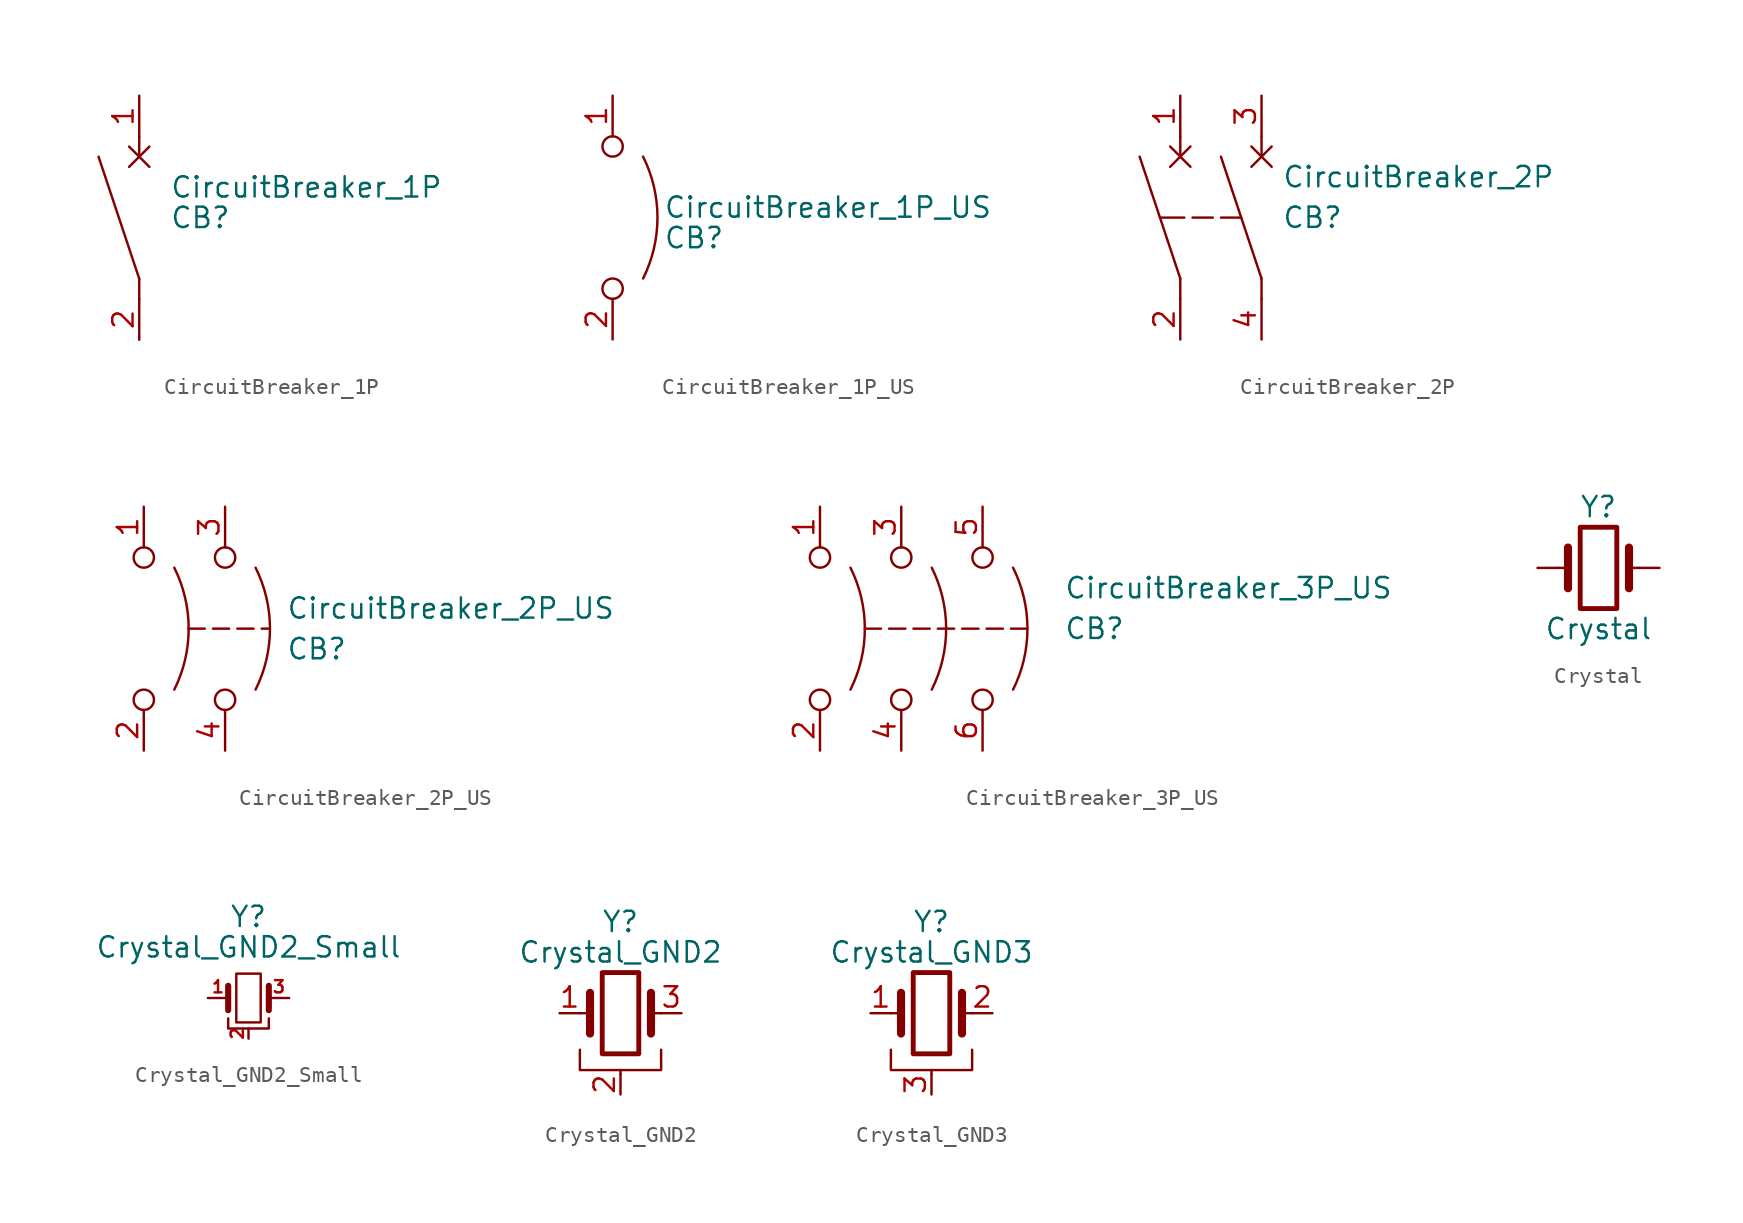
<source format=kicad_sym>
(kicad_symbol_lib
  (version 20211014)
  (generator kicad_symbol_editor)
  (symbol "CircuitBreaker_1P"
    (property "Reference" "CB"
      (at 1.905 0 0)
      (effects (font (size 1.27 1.27)) (justify left)))
    (property "Value" "CircuitBreaker_1P"
      (at 1.905 1.905 0)
      (effects (font (size 1.27 1.27)) (justify left)))
    (symbol "CircuitBreaker_1P_0_1"
      (polyline (pts (xy 0 -5.08) (xy 0 -3.81)) (stroke (width 0) (type default) (color 0 0 0 0)) (fill (type none)))
      (polyline (pts (xy 0 -3.81) (xy -2.54 3.81)) (stroke (width 0) (type default) (color 0 0 0 0)) (fill (type none))))
    (symbol "CircuitBreaker_1P_1_1"
      (polyline (pts (xy -0.635 4.445) (xy 0.635 3.175)) (stroke (width 0) (type default) (color 0 0 0 0)) (fill (type none)))
      (polyline (pts (xy 0 5.08) (xy 0 3.81)) (stroke (width 0) (type default) (color 0 0 0 0)) (fill (type none)))
      (polyline (pts (xy 0.635 4.445) (xy -0.635 3.175)) (stroke (width 0) (type default) (color 0 0 0 0)) (fill (type none)))
      (pin passive line (at 0 7.62 270) (length 2.54) (name "~" (effects (font (size 1.27 1.27)))) (number "1" (effects (font (size 1.27 1.27)))))
      (pin passive line (at 0 -7.62 90) (length 2.54) (name "~" (effects (font (size 1.27 1.27)))) (number "2" (effects (font (size 1.27 1.27)))))))
  (symbol "CircuitBreaker_1P_US"
    (property "Reference" "CB"
      (at 3.175 -1.27 0)
      (effects (font (size 1.27 1.27)) (justify left)))
    (property "Value" "CircuitBreaker_1P_US"
      (at 3.175 0.635 0)
      (effects (font (size 1.27 1.27)) (justify left)))
    (symbol "CircuitBreaker_1P_US_0_1"
      (circle (center 0 -4.445) (radius 0.635) (stroke (width 0) (type default) (color 0 0 0 0)) (fill (type none)))
      (circle (center 0 4.445) (radius 0.635) (stroke (width 0) (type default) (color 0 0 0 0)) (fill (type none)))
      (arc (start 1.905 -3.81) (mid 2.8044 0) (end 1.905 3.81) (stroke (width 0) (type default) (color 0 0 0 0)) (fill (type none))))
    (symbol "CircuitBreaker_1P_US_1_1"
      (pin passive line (at 0 7.62 270) (length 2.54) (name "~" (effects (font (size 1.27 1.27)))) (number "1" (effects (font (size 1.27 1.27)))))
      (pin passive line (at 0 -7.62 90) (length 2.54) (name "~" (effects (font (size 1.27 1.27)))) (number "2" (effects (font (size 1.27 1.27)))))))
  (symbol "CircuitBreaker_2P"
    (property "Reference" "CB"
      (at 3.81 0 0)
      (effects (font (size 1.27 1.27)) (justify left)))
    (property "Value" "CircuitBreaker_2P"
      (at 3.81 2.54 0)
      (effects (font (size 1.27 1.27)) (justify left)))
    (symbol "CircuitBreaker_2P_0_1"
      (polyline (pts (xy -3.81 0) (xy -2.286 0)) (stroke (width 0) (type default) (color 0 0 0 0)) (fill (type none)))
      (polyline (pts (xy -2.54 -3.81) (xy -5.08 3.81)) (stroke (width 0) (type default) (color 0 0 0 0)) (fill (type none)))
      (polyline (pts (xy -1.778 0) (xy -0.508 0)) (stroke (width 0) (type default) (color 0 0 0 0)) (fill (type none)))
      (polyline (pts (xy 0 0) (xy 1.27 0)) (stroke (width 0) (type default) (color 0 0 0 0)) (fill (type none)))
      (polyline (pts (xy 2.54 -5.08) (xy 2.54 -3.81)) (stroke (width 0) (type default) (color 0 0 0 0)) (fill (type none)))
      (polyline (pts (xy 2.54 -3.81) (xy 0 3.81)) (stroke (width 0) (type default) (color 0 0 0 0)) (fill (type none))))
    (symbol "CircuitBreaker_2P_1_1"
      (polyline (pts (xy -3.175 4.445) (xy -1.905 3.175)) (stroke (width 0) (type default) (color 0 0 0 0)) (fill (type none)))
      (polyline (pts (xy -2.54 -3.81) (xy -2.54 -5.08)) (stroke (width 0) (type default) (color 0 0 0 0)) (fill (type none)))
      (polyline (pts (xy -2.54 5.08) (xy -2.54 3.81)) (stroke (width 0) (type default) (color 0 0 0 0)) (fill (type none)))
      (polyline (pts (xy -1.905 4.445) (xy -3.175 3.175)) (stroke (width 0) (type default) (color 0 0 0 0)) (fill (type none)))
      (polyline (pts (xy 1.905 4.445) (xy 3.175 3.175)) (stroke (width 0) (type default) (color 0 0 0 0)) (fill (type none)))
      (polyline (pts (xy 2.54 5.08) (xy 2.54 3.81)) (stroke (width 0) (type default) (color 0 0 0 0)) (fill (type none)))
      (polyline (pts (xy 3.175 4.445) (xy 1.905 3.175)) (stroke (width 0) (type default) (color 0 0 0 0)) (fill (type none)))
      (pin passive line (at -2.54 7.62 270) (length 2.54) (name "~" (effects (font (size 1.27 1.27)))) (number "1" (effects (font (size 1.27 1.27)))))
      (pin passive line (at -2.54 -7.62 90) (length 2.54) (name "~" (effects (font (size 1.27 1.27)))) (number "2" (effects (font (size 1.27 1.27)))))
      (pin passive line (at 2.54 7.62 270) (length 2.54) (name "~" (effects (font (size 1.27 1.27)))) (number "3" (effects (font (size 1.27 1.27)))))
      (pin passive line (at 2.54 -7.62 90) (length 2.54) (name "~" (effects (font (size 1.27 1.27)))) (number "4" (effects (font (size 1.27 1.27)))))))
  (symbol "CircuitBreaker_2P_US"
    (property "Reference" "CB"
      (at 6.35 -1.27 0)
      (effects (font (size 1.27 1.27)) (justify left)))
    (property "Value" "CircuitBreaker_2P_US"
      (at 6.35 1.27 0)
      (effects (font (size 1.27 1.27)) (justify left)))
    (symbol "CircuitBreaker_2P_US_0_1"
      (circle (center -2.54 -4.445) (radius 0.635) (stroke (width 0) (type default) (color 0 0 0 0)) (fill (type none)))
      (circle (center -2.54 4.445) (radius 0.635) (stroke (width 0) (type default) (color 0 0 0 0)) (fill (type none)))
      (arc (start -0.635 -3.81) (mid 0.2644 0) (end -0.635 3.81) (stroke (width 0) (type default) (color 0 0 0 0)) (fill (type none)))
      (polyline (pts (xy 0.254 0) (xy 0.254 0)) (stroke (width 0) (type default) (color 0 0 0 0)) (fill (type none)))
      (polyline (pts (xy 0.254 0) (xy 1.27 0)) (stroke (width 0) (type default) (color 0 0 0 0)) (fill (type none)))
      (polyline (pts (xy 1.778 0) (xy 2.794 0)) (stroke (width 0) (type default) (color 0 0 0 0)) (fill (type none)))
      (polyline (pts (xy 3.302 0) (xy 4.318 0)) (stroke (width 0) (type default) (color 0 0 0 0)) (fill (type none)))
      (polyline (pts (xy 4.826 0) (xy 5.334 0)) (stroke (width 0) (type default) (color 0 0 0 0)) (fill (type none))))
    (symbol "CircuitBreaker_2P_US_1_1"
      (circle (center 2.54 -4.445) (radius 0.635) (stroke (width 0) (type default) (color 0 0 0 0)) (fill (type none)))
      (circle (center 2.54 4.445) (radius 0.635) (stroke (width 0) (type default) (color 0 0 0 0)) (fill (type none)))
      (arc (start 4.445 -3.81) (mid 5.3444 0) (end 4.445 3.81) (stroke (width 0) (type default) (color 0 0 0 0)) (fill (type none)))
      (pin passive line (at -2.54 7.62 270) (length 2.54) (name "~" (effects (font (size 1.27 1.27)))) (number "1" (effects (font (size 1.27 1.27)))))
      (pin passive line (at -2.54 -7.62 90) (length 2.54) (name "~" (effects (font (size 1.27 1.27)))) (number "2" (effects (font (size 1.27 1.27)))))
      (pin passive line (at 2.54 7.62 270) (length 2.54) (name "~" (effects (font (size 1.27 1.27)))) (number "3" (effects (font (size 1.27 1.27)))))
      (pin passive line (at 2.54 -7.62 90) (length 2.54) (name "~" (effects (font (size 1.27 1.27)))) (number "4" (effects (font (size 1.27 1.27)))))))
  (symbol "CircuitBreaker_3P_US"
    (property "Reference" "CB"
      (at 10.16 0 0)
      (effects (font (size 1.27 1.27)) (justify left)))
    (property "Value" "CircuitBreaker_3P_US"
      (at 10.16 2.54 0)
      (effects (font (size 1.27 1.27)) (justify left)))
    (symbol "CircuitBreaker_3P_US_0_1"
      (circle (center 0 -4.445) (radius 0.635) (stroke (width 0) (type default) (color 0 0 0 0)) (fill (type none)))
      (polyline (pts (xy -2.286 0) (xy -1.27 0)) (stroke (width 0) (type default) (color 0 0 0 0)) (fill (type none)))
      (polyline (pts (xy -0.762 0) (xy 0.254 0)) (stroke (width 0) (type default) (color 0 0 0 0)) (fill (type none)))
      (polyline (pts (xy 0.762 0) (xy 1.778 0)) (stroke (width 0) (type default) (color 0 0 0 0)) (fill (type none)))
      (polyline (pts (xy 2.286 0) (xy 3.302 0)) (stroke (width 0) (type default) (color 0 0 0 0)) (fill (type none)))
      (polyline (pts (xy 3.81 0) (xy 4.826 0)) (stroke (width 0) (type default) (color 0 0 0 0)) (fill (type none)))
      (polyline (pts (xy 5.334 0) (xy 6.35 0)) (stroke (width 0) (type default) (color 0 0 0 0)) (fill (type none)))
      (polyline (pts (xy 6.858 0) (xy 7.874 0)) (stroke (width 0) (type default) (color 0 0 0 0)) (fill (type none)))
      (circle (center 0 4.445) (radius 0.635) (stroke (width 0) (type default) (color 0 0 0 0)) (fill (type none)))
      (arc (start 1.905 -3.81) (mid 2.8044 0) (end 1.905 3.81) (stroke (width 0) (type default) (color 0 0 0 0)) (fill (type none))))
    (symbol "CircuitBreaker_3P_US_1_1"
      (circle (center -5.08 -4.445) (radius 0.635) (stroke (width 0) (type default) (color 0 0 0 0)) (fill (type none)))
      (circle (center -5.08 4.445) (radius 0.635) (stroke (width 0) (type default) (color 0 0 0 0)) (fill (type none)))
      (arc (start -3.175 -3.81) (mid -2.2756 0) (end -3.175 3.81) (stroke (width 0) (type default) (color 0 0 0 0)) (fill (type none)))
      (circle (center 5.08 -4.445) (radius 0.635) (stroke (width 0) (type default) (color 0 0 0 0)) (fill (type none)))
      (circle (center 5.08 4.445) (radius 0.635) (stroke (width 0) (type default) (color 0 0 0 0)) (fill (type none)))
      (arc (start 6.985 -3.81) (mid 7.8844 0) (end 6.985 3.81) (stroke (width 0) (type default) (color 0 0 0 0)) (fill (type none)))
      (pin passive line (at -5.08 7.62 270) (length 2.54) (name "~" (effects (font (size 1.27 1.27)))) (number "1" (effects (font (size 1.27 1.27)))))
      (pin passive line (at -5.08 -7.62 90) (length 2.54) (name "~" (effects (font (size 1.27 1.27)))) (number "2" (effects (font (size 1.27 1.27)))))
      (pin passive line (at 0 7.62 270) (length 2.54) (name "~" (effects (font (size 1.27 1.27)))) (number "3" (effects (font (size 1.27 1.27)))))
      (pin passive line (at 0 -7.62 90) (length 2.54) (name "~" (effects (font (size 1.27 1.27)))) (number "4" (effects (font (size 1.27 1.27)))))
      (pin passive line (at 5.08 7.62 270) (length 2.54) (name "~" (effects (font (size 1.27 1.27)))) (number "5" (effects (font (size 1.27 1.27)))))
      (pin passive line (at 5.08 -7.62 90) (length 2.54) (name "~" (effects (font (size 1.27 1.27)))) (number "6" (effects (font (size 1.27 1.27)))))))
  (symbol "Crystal"
    (pin_numbers hide)
    (pin_names
      (offset 1.016) hide)
    (property "Reference" "Y"
      (at 0 3.81 0)
      (effects (font (size 1.27 1.27))))
    (property "Value" "Crystal"
      (at 0 -3.81 0)
      (effects (font (size 1.27 1.27))))
    (symbol "Crystal_0_1"
      (rectangle (start -1.143 2.54) (end 1.143 -2.54) (stroke (width 0.305) (type default) (color 0 0 0 0)) (fill (type none)))
      (polyline (pts (xy -2.54 0) (xy -1.905 0)) (stroke (width 0) (type default) (color 0 0 0 0)) (fill (type none)))
      (polyline (pts (xy -1.905 -1.27) (xy -1.905 1.27)) (stroke (width 0.508) (type default) (color 0 0 0 0)) (fill (type none)))
      (polyline (pts (xy 1.905 -1.27) (xy 1.905 1.27)) (stroke (width 0.508) (type default) (color 0 0 0 0)) (fill (type none)))
      (polyline (pts (xy 2.54 0) (xy 1.905 0)) (stroke (width 0) (type default) (color 0 0 0 0)) (fill (type none))))
    (symbol "Crystal_1_1"
      (pin passive line (at -3.81 0 0) (length 1.27) (name "1" (effects (font (size 1.27 1.27)))) (number "1" (effects (font (size 1.27 1.27)))))
      (pin passive line (at 3.81 0 180) (length 1.27) (name "2" (effects (font (size 1.27 1.27)))) (number "2" (effects (font (size 1.27 1.27)))))))
  (symbol "Crystal_GND2_Small"
    (pin_names
      (offset 1.016) hide)
    (property "Reference" "Y"
      (at 0 5.08 0)
      (effects (font (size 1.27 1.27))))
    (property "Value" "Crystal_GND2_Small"
      (at 0 3.175 0)
      (effects (font (size 1.27 1.27))))
    (symbol "Crystal_GND2_Small_0_1"
      (rectangle (start -0.762 -1.524) (end 0.762 1.524) (stroke (width 0) (type default) (color 0 0 0 0)) (fill (type none)))
      (polyline (pts (xy -1.27 -0.762) (xy -1.27 0.762)) (stroke (width 0.381) (type default) (color 0 0 0 0)) (fill (type none)))
      (polyline (pts (xy 1.27 -0.762) (xy 1.27 0.762)) (stroke (width 0.381) (type default) (color 0 0 0 0)) (fill (type none)))
      (polyline (pts (xy -1.27 -1.27) (xy -1.27 -1.905) (xy 1.27 -1.905) (xy 1.27 -1.27)) (stroke (width 0) (type default) (color 0 0 0 0)) (fill (type none))))
    (symbol "Crystal_GND2_Small_1_1"
      (pin passive line (at -2.54 0 0) (length 1.27) (name "1" (effects (font (size 1.27 1.27)))) (number "1" (effects (font (size 0.762 0.762)))))
      (pin passive line (at 0 -2.54 90) (length 0.635) (name "2" (effects (font (size 1.27 1.27)))) (number "2" (effects (font (size 0.762 0.762)))))
      (pin passive line (at 2.54 0 180) (length 1.27) (name "3" (effects (font (size 1.27 1.27)))) (number "3" (effects (font (size 0.762 0.762)))))))
  (symbol "Crystal_GND2"
    (pin_names
      (offset 1.016) hide)
    (property "Reference" "Y"
      (at 0 5.715 0)
      (effects (font (size 1.27 1.27))))
    (property "Value" "Crystal_GND2"
      (at 0 3.81 0)
      (effects (font (size 1.27 1.27))))
    (symbol "Crystal_GND2_0_1"
      (rectangle (start -1.143 2.54) (end 1.143 -2.54) (stroke (width 0.305) (type default) (color 0 0 0 0)) (fill (type none)))
      (polyline (pts (xy -2.54 0) (xy -1.905 0)) (stroke (width 0) (type default) (color 0 0 0 0)) (fill (type none)))
      (polyline (pts (xy -1.905 -1.27) (xy -1.905 1.27)) (stroke (width 0.508) (type default) (color 0 0 0 0)) (fill (type none)))
      (polyline (pts (xy 0 -3.81) (xy 0 -3.556)) (stroke (width 0) (type default) (color 0 0 0 0)) (fill (type none)))
      (polyline (pts (xy 1.905 0) (xy 2.54 0)) (stroke (width 0) (type default) (color 0 0 0 0)) (fill (type none)))
      (polyline (pts (xy 1.905 1.27) (xy 1.905 -1.27)) (stroke (width 0.508) (type default) (color 0 0 0 0)) (fill (type none)))
      (polyline (pts (xy -2.54 -2.286) (xy -2.54 -3.556) (xy 2.54 -3.556) (xy 2.54 -2.286)) (stroke (width 0) (type default) (color 0 0 0 0)) (fill (type none))))
    (symbol "Crystal_GND2_1_1"
      (pin passive line (at -3.81 0 0) (length 1.27) (name "1" (effects (font (size 1.27 1.27)))) (number "1" (effects (font (size 1.27 1.27)))))
      (pin passive line (at 0 -5.08 90) (length 1.27) (name "2" (effects (font (size 1.27 1.27)))) (number "2" (effects (font (size 1.27 1.27)))))
      (pin passive line (at 3.81 0 180) (length 1.27) (name "3" (effects (font (size 1.27 1.27)))) (number "3" (effects (font (size 1.27 1.27)))))))
  (symbol "Crystal_GND3"
    (pin_names
      (offset 1.016) hide)
    (property "Reference" "Y"
      (at 0 5.715 0)
      (effects (font (size 1.27 1.27))))
    (property "Value" "Crystal_GND3"
      (at 0 3.81 0)
      (effects (font (size 1.27 1.27))))
    (symbol "Crystal_GND3_0_1"
      (rectangle (start -1.143 2.54) (end 1.143 -2.54) (stroke (width 0.305) (type default) (color 0 0 0 0)) (fill (type none)))
      (polyline (pts (xy -2.54 0) (xy -1.905 0)) (stroke (width 0) (type default) (color 0 0 0 0)) (fill (type none)))
      (polyline (pts (xy -1.905 -1.27) (xy -1.905 1.27)) (stroke (width 0.508) (type default) (color 0 0 0 0)) (fill (type none)))
      (polyline (pts (xy 0 -3.81) (xy 0 -3.556)) (stroke (width 0) (type default) (color 0 0 0 0)) (fill (type none)))
      (polyline (pts (xy 1.905 0) (xy 2.54 0)) (stroke (width 0) (type default) (color 0 0 0 0)) (fill (type none)))
      (polyline (pts (xy 1.905 1.27) (xy 1.905 -1.27)) (stroke (width 0.508) (type default) (color 0 0 0 0)) (fill (type none)))
      (polyline (pts (xy -2.54 -2.286) (xy -2.54 -3.556) (xy 2.54 -3.556) (xy 2.54 -2.286)) (stroke (width 0) (type default) (color 0 0 0 0)) (fill (type none))))
    (symbol "Crystal_GND3_1_1"
      (pin passive line (at -3.81 0 0) (length 1.27) (name "1" (effects (font (size 1.27 1.27)))) (number "1" (effects (font (size 1.27 1.27)))))
      (pin passive line (at 3.81 0 180) (length 1.27) (name "2" (effects (font (size 1.27 1.27)))) (number "2" (effects (font (size 1.27 1.27)))))
      (pin passive line (at 0 -5.08 90) (length 1.27) (name "3" (effects (font (size 1.27 1.27)))) (number "3" (effects (font (size 1.27 1.27))))))))
</source>
